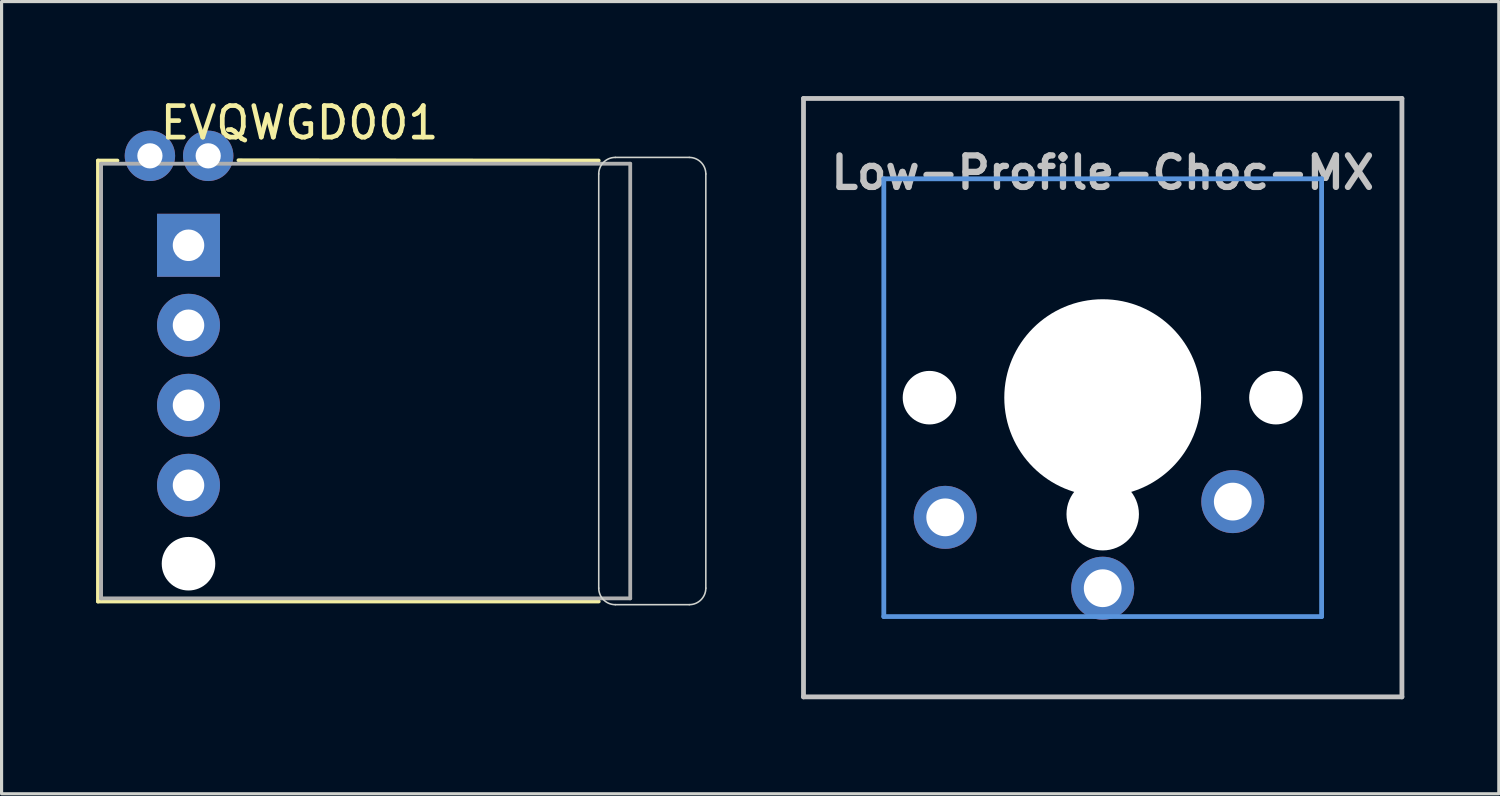
<source format=kicad_pcb>
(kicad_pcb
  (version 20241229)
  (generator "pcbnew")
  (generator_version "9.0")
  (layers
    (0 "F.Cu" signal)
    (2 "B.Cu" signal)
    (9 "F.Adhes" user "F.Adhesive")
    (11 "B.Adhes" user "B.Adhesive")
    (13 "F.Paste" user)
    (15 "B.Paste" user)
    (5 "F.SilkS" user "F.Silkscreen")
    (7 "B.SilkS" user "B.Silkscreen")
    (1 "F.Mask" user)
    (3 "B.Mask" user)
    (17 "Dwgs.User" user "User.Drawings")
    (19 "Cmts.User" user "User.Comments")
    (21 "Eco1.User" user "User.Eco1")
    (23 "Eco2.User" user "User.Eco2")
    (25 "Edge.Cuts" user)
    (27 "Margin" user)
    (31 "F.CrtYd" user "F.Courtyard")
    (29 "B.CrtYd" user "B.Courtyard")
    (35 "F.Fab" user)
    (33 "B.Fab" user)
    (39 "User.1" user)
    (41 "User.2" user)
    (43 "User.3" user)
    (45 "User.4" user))
  (footprint "Low-Profile-Choc-MX"
    (layer "F.Cu")
    (at 31.961 9.576)
    (property "Reference" "Low-Profile-Choc-MX" (at 0 -7.144 180) (layer "Dwgs.User") (effects (font (size 1 1) (thickness 0.2))))
    (attr through_hole)
    (fp_line (start -9.5 -9.5) (end 9.5 -9.5) (stroke (width 0.152) (type solid)) (layer "Dwgs.User"))
    (fp_line (start -9.5 9.5) (end -9.5 -9.5) (stroke (width 0.152) (type solid)) (layer "Dwgs.User"))
    (fp_line (start 9.5 -9.5) (end 9.5 9.5) (stroke (width 0.152) (type solid)) (layer "Dwgs.User"))
    (fp_line (start 9.5 9.5) (end -9.5 9.5) (stroke (width 0.152) (type solid)) (layer "Dwgs.User"))
    (fp_line (start -6.95 -6.95) (end 6.95 -6.95) (stroke (width 0.152) (type solid)) (layer "Cmts.User"))
    (fp_line (start -6.95 6.95) (end -6.95 -6.95) (stroke (width 0.152) (type solid)) (layer "Cmts.User"))
    (fp_line (start 6.95 -6.95) (end 6.95 6.95) (stroke (width 0.152) (type solid)) (layer "Cmts.User"))
    (fp_line (start 6.95 6.95) (end -6.95 6.95) (stroke (width 0.152) (type solid)) (layer "Cmts.User"))
    (fp_line (start -7.5 -7.5) (end 7.5 -7.5) (stroke (width 0.152) (type solid)) (layer "Eco2.User"))
    (fp_line (start -7.5 7.5) (end -7.5 -7.5) (stroke (width 0.152) (type solid)) (layer "Eco2.User"))
    (fp_line (start 7.5 -7.5) (end 7.5 7.5) (stroke (width 0.152) (type solid)) (layer "Eco2.User"))
    (fp_line (start 7.5 7.5) (end -7.5 7.5) (stroke (width 0.152) (type solid)) (layer "Eco2.User"))
    (pad "" np_thru_hole circle (at -5.5 0 41.9) (size 1.7 1.7) (drill 1.7) (layers "*.Cu" "*.Mask"))
    (pad "" np_thru_hole circle (at 0 0 180) (size 6.25 6.25) (drill 6.25) (layers "*.Cu" "*.Mask"))
    (pad "" np_thru_hole circle (at 0 3.7 180) (size 2.3 2.3) (drill 2.3) (layers "*.Cu" "*.Mask"))
    (pad "" np_thru_hole circle (at 5.5 0 41.9) (size 1.7 1.7) (drill 1.7) (layers "*.Cu" "*.Mask"))
    (pad "1" thru_hole circle (at 0 6.05 180) (size 2 2) (drill 1.2) (layers "*.Cu" "*.Mask"))
    (pad "2" thru_hole circle (at -5 3.8 41.9) (size 2 2) (drill 1.2) (layers "*.Cu" "*.Mask"))
    (pad "2" thru_hole circle (at 4.13 3.3 41.9) (size 2 2) (drill 1.2) (layers "*.Cu" "*.Mask")))
  (footprint "EVQWGD001"
    (layer "F.Cu")
    (at 9.06 11.748)
    (property "Reference" "EVQWGD001" (at -2.6 -10.9 0) (layer "F.SilkS") (effects (font (size 1 1) (thickness 0.15))))
    (attr through_hole)
    (fp_line (start -9 -9.7) (end -8.38 -9.7) (stroke (width 0.12) (type solid)) (layer "F.SilkS"))
    (fp_line (start -9 4.3) (end -9 -9.7) (stroke (width 0.12) (type solid)) (layer "F.SilkS"))
    (fp_line (start -4.54 -9.71) (end 6.9 -9.7) (stroke (width 0.12) (type solid)) (layer "F.SilkS"))
    (fp_line (start 6.9 4.3) (end -9 4.3) (stroke (width 0.12) (type solid)) (layer "F.SilkS"))
    (fp_line (start 6.9 -9.275) (end 6.9 3.875) (stroke (width 0.05) (type solid)) (layer "Edge.Cuts"))
    (fp_line (start 7.425 4.4) (end 9.775 4.4) (stroke (width 0.05) (type solid)) (layer "Edge.Cuts"))
    (fp_line (start 9.775 -9.8) (end 7.425 -9.8) (stroke (width 0.05) (type solid)) (layer "Edge.Cuts"))
    (fp_line (start 10.3 3.875) (end 10.3 -9.275) (stroke (width 0.05) (type solid)) (layer "Edge.Cuts"))
    (fp_arc (start 6.9 -9.275) (mid 7.053769 -9.646231) (end 7.425 -9.8) (stroke (width 0.05) (type solid)) (layer "Edge.Cuts"))
    (fp_arc (start 7.425 4.4) (mid 7.053769 4.246231) (end 6.9 3.875) (stroke (width 0.05) (type solid)) (layer "Edge.Cuts"))
    (fp_arc (start 9.775 -9.8) (mid 10.146231 -9.646231) (end 10.3 -9.275) (stroke (width 0.05) (type solid)) (layer "Edge.Cuts"))
    (fp_arc (start 10.3 3.875) (mid 10.146231 4.246231) (end 9.775 4.4) (stroke (width 0.05) (type solid)) (layer "Edge.Cuts"))
    (fp_line (start -8.9 -9.6) (end 7.9 -9.6) (stroke (width 0.12) (type solid)) (layer "F.Fab"))
    (fp_line (start -8.9 4.2) (end -8.9 -9.6) (stroke (width 0.12) (type solid)) (layer "F.Fab"))
    (fp_line (start 7.9 -9.6) (end 7.9 4.2) (stroke (width 0.12) (type solid)) (layer "F.Fab"))
    (fp_line (start 7.9 4.2) (end -8.9 4.2) (stroke (width 0.12) (type solid)) (layer "F.Fab"))
    (pad "" np_thru_hole circle (at -6.125 3.1) (size 1.7 1.7) (drill 1.7) (layers "*.Cu" "*.Mask"))
    (pad "A" thru_hole rect (at -6.125 -7.01) (size 2 2) (drill 1) (layers "*.Cu" "*.Mask"))
    (pad "B" thru_hole circle (at -6.125 -4.47) (size 2 2) (drill 1) (layers "*.Cu" "*.Mask"))
    (pad "C" thru_hole circle (at -6.125 -1.93) (size 2 2) (drill 1) (layers "*.Cu" "*.Mask"))
    (pad "D" thru_hole circle (at -6.125 0.61) (size 2 2) (drill 1) (layers "*.Cu" "*.Mask"))
    (pad "S1" thru_hole circle (at -7.35 -9.85) (size 1.6 1.6) (drill 0.8) (layers "*.Cu" "*.Mask"))
    (pad "S2" thru_hole circle (at -5.5 -9.85) (size 1.6 1.6) (drill 0.8) (layers "*.Cu" "*.Mask")))
  (gr_rect
    (start -3 -3)
    (end 44.537 22.152)
    (stroke (width 0.1) (type default))
    (fill no)
    (layer "Edge.Cuts")))
</source>
